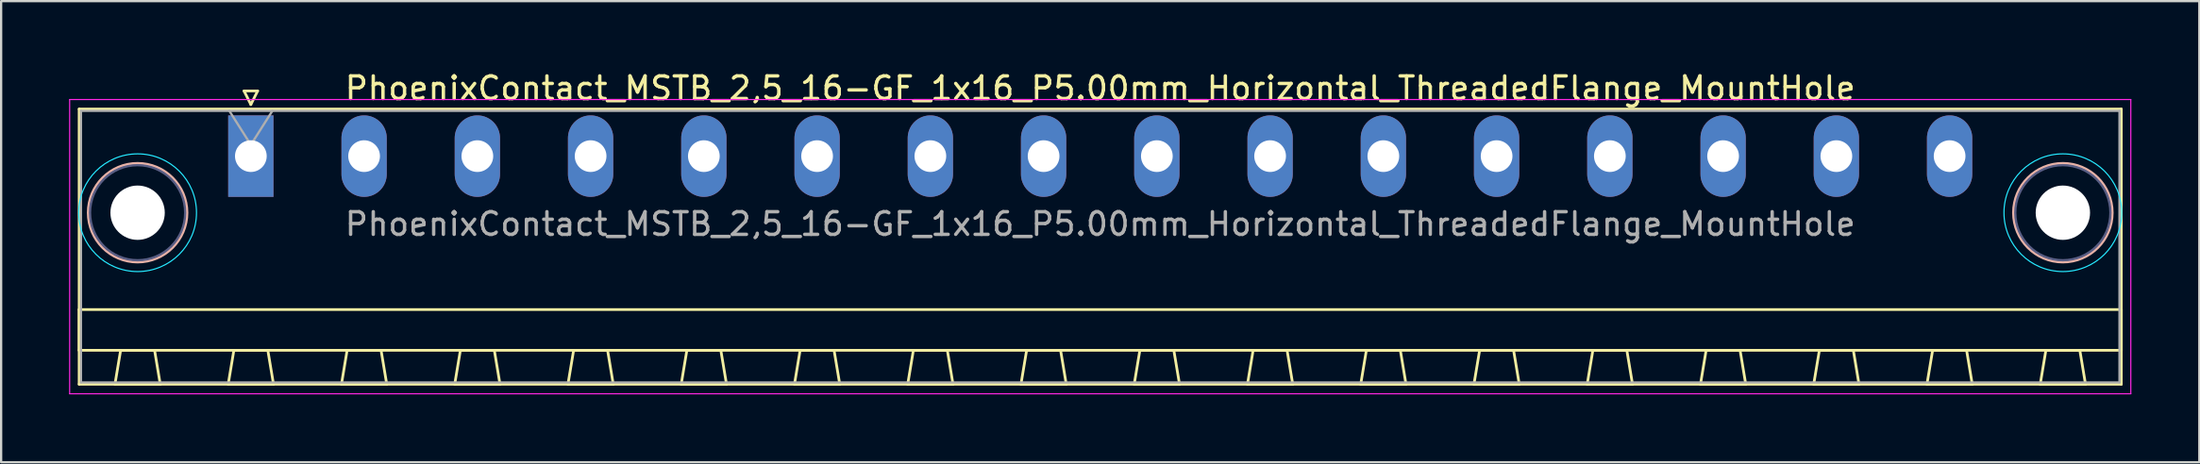
<source format=kicad_pcb>
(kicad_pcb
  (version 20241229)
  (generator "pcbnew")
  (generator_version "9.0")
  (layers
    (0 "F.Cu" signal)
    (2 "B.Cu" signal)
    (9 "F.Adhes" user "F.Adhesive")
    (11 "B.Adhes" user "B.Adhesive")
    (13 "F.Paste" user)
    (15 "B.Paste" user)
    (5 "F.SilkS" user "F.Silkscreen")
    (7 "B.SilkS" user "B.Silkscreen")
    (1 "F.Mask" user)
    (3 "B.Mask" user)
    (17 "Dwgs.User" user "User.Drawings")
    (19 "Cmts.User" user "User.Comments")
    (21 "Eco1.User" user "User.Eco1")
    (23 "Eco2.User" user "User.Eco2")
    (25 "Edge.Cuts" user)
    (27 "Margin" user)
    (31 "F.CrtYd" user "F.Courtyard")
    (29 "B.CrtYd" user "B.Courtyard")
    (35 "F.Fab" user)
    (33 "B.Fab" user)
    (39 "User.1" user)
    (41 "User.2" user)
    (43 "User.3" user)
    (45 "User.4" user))
  (footprint "PhoenixContact_MSTB_2,5_16-GF_1x16_P5.00mm_Horizontal_ThreadedFlange_MountHole"
    (layer "F.Cu")
    (at 8.025 3.848)
    (property "Reference" "PhoenixContact_MSTB_2,5_16-GF_1x16_P5.00mm_Horizontal_ThreadedFlange_MountHole" (at 37.5 -3 0) (layer "F.SilkS") (effects (font (size 1 1) (thickness 0.15))))
    (attr through_hole)
    (fp_line (start -7.58 -2.08) (end -7.58 10.08) (stroke (width 0.12) (type solid)) (layer "F.SilkS"))
    (fp_line (start -7.58 6.78) (end 82.58 6.78) (stroke (width 0.12) (type solid)) (layer "F.SilkS"))
    (fp_line (start -7.58 8.58) (end -7.58 6.78) (stroke (width 0.12) (type solid)) (layer "F.SilkS"))
    (fp_line (start -7.58 10.08) (end 82.58 10.08) (stroke (width 0.12) (type solid)) (layer "F.SilkS"))
    (fp_line (start -6 10.08) (end -4 10.08) (stroke (width 0.12) (type solid)) (layer "F.SilkS"))
    (fp_line (start -5.75 8.58) (end -6 10.08) (stroke (width 0.12) (type solid)) (layer "F.SilkS"))
    (fp_line (start -4.25 8.58) (end -5.75 8.58) (stroke (width 0.12) (type solid)) (layer "F.SilkS"))
    (fp_line (start -4 10.08) (end -4.25 8.58) (stroke (width 0.12) (type solid)) (layer "F.SilkS"))
    (fp_line (start -1 10.08) (end 1 10.08) (stroke (width 0.12) (type solid)) (layer "F.SilkS"))
    (fp_line (start -0.75 8.58) (end -1 10.08) (stroke (width 0.12) (type solid)) (layer "F.SilkS"))
    (fp_line (start -0.3 -2.88) (end 0.3 -2.88) (stroke (width 0.12) (type solid)) (layer "F.SilkS"))
    (fp_line (start 0 -2.28) (end -0.3 -2.88) (stroke (width 0.12) (type solid)) (layer "F.SilkS"))
    (fp_line (start 0.3 -2.88) (end 0 -2.28) (stroke (width 0.12) (type solid)) (layer "F.SilkS"))
    (fp_line (start 0.75 8.58) (end -0.75 8.58) (stroke (width 0.12) (type solid)) (layer "F.SilkS"))
    (fp_line (start 1 10.08) (end 0.75 8.58) (stroke (width 0.12) (type solid)) (layer "F.SilkS"))
    (fp_line (start 4 10.08) (end 6 10.08) (stroke (width 0.12) (type solid)) (layer "F.SilkS"))
    (fp_line (start 4.25 8.58) (end 4 10.08) (stroke (width 0.12) (type solid)) (layer "F.SilkS"))
    (fp_line (start 5.75 8.58) (end 4.25 8.58) (stroke (width 0.12) (type solid)) (layer "F.SilkS"))
    (fp_line (start 6 10.08) (end 5.75 8.58) (stroke (width 0.12) (type solid)) (layer "F.SilkS"))
    (fp_line (start 9 10.08) (end 11 10.08) (stroke (width 0.12) (type solid)) (layer "F.SilkS"))
    (fp_line (start 9.25 8.58) (end 9 10.08) (stroke (width 0.12) (type solid)) (layer "F.SilkS"))
    (fp_line (start 10.75 8.58) (end 9.25 8.58) (stroke (width 0.12) (type solid)) (layer "F.SilkS"))
    (fp_line (start 11 10.08) (end 10.75 8.58) (stroke (width 0.12) (type solid)) (layer "F.SilkS"))
    (fp_line (start 14 10.08) (end 16 10.08) (stroke (width 0.12) (type solid)) (layer "F.SilkS"))
    (fp_line (start 14.25 8.58) (end 14 10.08) (stroke (width 0.12) (type solid)) (layer "F.SilkS"))
    (fp_line (start 15.75 8.58) (end 14.25 8.58) (stroke (width 0.12) (type solid)) (layer "F.SilkS"))
    (fp_line (start 16 10.08) (end 15.75 8.58) (stroke (width 0.12) (type solid)) (layer "F.SilkS"))
    (fp_line (start 19 10.08) (end 21 10.08) (stroke (width 0.12) (type solid)) (layer "F.SilkS"))
    (fp_line (start 19.25 8.58) (end 19 10.08) (stroke (width 0.12) (type solid)) (layer "F.SilkS"))
    (fp_line (start 20.75 8.58) (end 19.25 8.58) (stroke (width 0.12) (type solid)) (layer "F.SilkS"))
    (fp_line (start 21 10.08) (end 20.75 8.58) (stroke (width 0.12) (type solid)) (layer "F.SilkS"))
    (fp_line (start 24 10.08) (end 26 10.08) (stroke (width 0.12) (type solid)) (layer "F.SilkS"))
    (fp_line (start 24.25 8.58) (end 24 10.08) (stroke (width 0.12) (type solid)) (layer "F.SilkS"))
    (fp_line (start 25.75 8.58) (end 24.25 8.58) (stroke (width 0.12) (type solid)) (layer "F.SilkS"))
    (fp_line (start 26 10.08) (end 25.75 8.58) (stroke (width 0.12) (type solid)) (layer "F.SilkS"))
    (fp_line (start 29 10.08) (end 31 10.08) (stroke (width 0.12) (type solid)) (layer "F.SilkS"))
    (fp_line (start 29.25 8.58) (end 29 10.08) (stroke (width 0.12) (type solid)) (layer "F.SilkS"))
    (fp_line (start 30.75 8.58) (end 29.25 8.58) (stroke (width 0.12) (type solid)) (layer "F.SilkS"))
    (fp_line (start 31 10.08) (end 30.75 8.58) (stroke (width 0.12) (type solid)) (layer "F.SilkS"))
    (fp_line (start 34 10.08) (end 36 10.08) (stroke (width 0.12) (type solid)) (layer "F.SilkS"))
    (fp_line (start 34.25 8.58) (end 34 10.08) (stroke (width 0.12) (type solid)) (layer "F.SilkS"))
    (fp_line (start 35.75 8.58) (end 34.25 8.58) (stroke (width 0.12) (type solid)) (layer "F.SilkS"))
    (fp_line (start 36 10.08) (end 35.75 8.58) (stroke (width 0.12) (type solid)) (layer "F.SilkS"))
    (fp_line (start 39 10.08) (end 41 10.08) (stroke (width 0.12) (type solid)) (layer "F.SilkS"))
    (fp_line (start 39.25 8.58) (end 39 10.08) (stroke (width 0.12) (type solid)) (layer "F.SilkS"))
    (fp_line (start 40.75 8.58) (end 39.25 8.58) (stroke (width 0.12) (type solid)) (layer "F.SilkS"))
    (fp_line (start 41 10.08) (end 40.75 8.58) (stroke (width 0.12) (type solid)) (layer "F.SilkS"))
    (fp_line (start 44 10.08) (end 46 10.08) (stroke (width 0.12) (type solid)) (layer "F.SilkS"))
    (fp_line (start 44.25 8.58) (end 44 10.08) (stroke (width 0.12) (type solid)) (layer "F.SilkS"))
    (fp_line (start 45.75 8.58) (end 44.25 8.58) (stroke (width 0.12) (type solid)) (layer "F.SilkS"))
    (fp_line (start 46 10.08) (end 45.75 8.58) (stroke (width 0.12) (type solid)) (layer "F.SilkS"))
    (fp_line (start 49 10.08) (end 51 10.08) (stroke (width 0.12) (type solid)) (layer "F.SilkS"))
    (fp_line (start 49.25 8.58) (end 49 10.08) (stroke (width 0.12) (type solid)) (layer "F.SilkS"))
    (fp_line (start 50.75 8.58) (end 49.25 8.58) (stroke (width 0.12) (type solid)) (layer "F.SilkS"))
    (fp_line (start 51 10.08) (end 50.75 8.58) (stroke (width 0.12) (type solid)) (layer "F.SilkS"))
    (fp_line (start 54 10.08) (end 56 10.08) (stroke (width 0.12) (type solid)) (layer "F.SilkS"))
    (fp_line (start 54.25 8.58) (end 54 10.08) (stroke (width 0.12) (type solid)) (layer "F.SilkS"))
    (fp_line (start 55.75 8.58) (end 54.25 8.58) (stroke (width 0.12) (type solid)) (layer "F.SilkS"))
    (fp_line (start 56 10.08) (end 55.75 8.58) (stroke (width 0.12) (type solid)) (layer "F.SilkS"))
    (fp_line (start 59 10.08) (end 61 10.08) (stroke (width 0.12) (type solid)) (layer "F.SilkS"))
    (fp_line (start 59.25 8.58) (end 59 10.08) (stroke (width 0.12) (type solid)) (layer "F.SilkS"))
    (fp_line (start 60.75 8.58) (end 59.25 8.58) (stroke (width 0.12) (type solid)) (layer "F.SilkS"))
    (fp_line (start 61 10.08) (end 60.75 8.58) (stroke (width 0.12) (type solid)) (layer "F.SilkS"))
    (fp_line (start 64 10.08) (end 66 10.08) (stroke (width 0.12) (type solid)) (layer "F.SilkS"))
    (fp_line (start 64.25 8.58) (end 64 10.08) (stroke (width 0.12) (type solid)) (layer "F.SilkS"))
    (fp_line (start 65.75 8.58) (end 64.25 8.58) (stroke (width 0.12) (type solid)) (layer "F.SilkS"))
    (fp_line (start 66 10.08) (end 65.75 8.58) (stroke (width 0.12) (type solid)) (layer "F.SilkS"))
    (fp_line (start 69 10.08) (end 71 10.08) (stroke (width 0.12) (type solid)) (layer "F.SilkS"))
    (fp_line (start 69.25 8.58) (end 69 10.08) (stroke (width 0.12) (type solid)) (layer "F.SilkS"))
    (fp_line (start 70.75 8.58) (end 69.25 8.58) (stroke (width 0.12) (type solid)) (layer "F.SilkS"))
    (fp_line (start 71 10.08) (end 70.75 8.58) (stroke (width 0.12) (type solid)) (layer "F.SilkS"))
    (fp_line (start 74 10.08) (end 76 10.08) (stroke (width 0.12) (type solid)) (layer "F.SilkS"))
    (fp_line (start 74.25 8.58) (end 74 10.08) (stroke (width 0.12) (type solid)) (layer "F.SilkS"))
    (fp_line (start 75.75 8.58) (end 74.25 8.58) (stroke (width 0.12) (type solid)) (layer "F.SilkS"))
    (fp_line (start 76 10.08) (end 75.75 8.58) (stroke (width 0.12) (type solid)) (layer "F.SilkS"))
    (fp_line (start 79 10.08) (end 81 10.08) (stroke (width 0.12) (type solid)) (layer "F.SilkS"))
    (fp_line (start 79.25 8.58) (end 79 10.08) (stroke (width 0.12) (type solid)) (layer "F.SilkS"))
    (fp_line (start 80.75 8.58) (end 79.25 8.58) (stroke (width 0.12) (type solid)) (layer "F.SilkS"))
    (fp_line (start 81 10.08) (end 80.75 8.58) (stroke (width 0.12) (type solid)) (layer "F.SilkS"))
    (fp_line (start 82.58 -2.08) (end -7.58 -2.08) (stroke (width 0.12) (type solid)) (layer "F.SilkS"))
    (fp_line (start 82.58 6.78) (end 82.58 8.58) (stroke (width 0.12) (type solid)) (layer "F.SilkS"))
    (fp_line (start 82.58 8.58) (end -7.58 8.58) (stroke (width 0.12) (type solid)) (layer "F.SilkS"))
    (fp_line (start 82.58 10.08) (end 82.58 -2.08) (stroke (width 0.12) (type solid)) (layer "F.SilkS"))
    (fp_circle (center -5 2.5) (end -2.82 2.5) (stroke (width 0.12) (type solid)) (fill no) (layer "B.SilkS"))
    (fp_circle (center 80 2.5) (end 82.18 2.5) (stroke (width 0.12) (type solid)) (fill no) (layer "B.SilkS"))
    (fp_circle (center -5 2.5) (end -2.4 2.5) (stroke (width 0.05) (type solid)) (fill no) (layer "B.CrtYd"))
    (fp_circle (center 80 2.5) (end 82.6 2.5) (stroke (width 0.05) (type solid)) (fill no) (layer "B.CrtYd"))
    (fp_line (start -8 -2.5) (end -8 10.5) (stroke (width 0.05) (type solid)) (layer "F.CrtYd"))
    (fp_line (start -8 10.5) (end 83 10.5) (stroke (width 0.05) (type solid)) (layer "F.CrtYd"))
    (fp_line (start 83 -2.5) (end -8 -2.5) (stroke (width 0.05) (type solid)) (layer "F.CrtYd"))
    (fp_line (start 83 10.5) (end 83 -2.5) (stroke (width 0.05) (type solid)) (layer "F.CrtYd"))
    (fp_circle (center -5 2.5) (end -2.9 2.5) (stroke (width 0.1) (type solid)) (fill no) (layer "B.Fab"))
    (fp_circle (center 80 2.5) (end 82.1 2.5) (stroke (width 0.1) (type solid)) (fill no) (layer "B.Fab"))
    (fp_line (start -7.5 -2) (end -7.5 10) (stroke (width 0.1) (type solid)) (layer "F.Fab"))
    (fp_line (start -7.5 10) (end 82.5 10) (stroke (width 0.1) (type solid)) (layer "F.Fab"))
    (fp_line (start 0 -0.5) (end -0.95 -2) (stroke (width 0.1) (type solid)) (layer "F.Fab"))
    (fp_line (start 0.95 -2) (end 0 -0.5) (stroke (width 0.1) (type solid)) (layer "F.Fab"))
    (fp_line (start 82.5 -2) (end -7.5 -2) (stroke (width 0.1) (type solid)) (layer "F.Fab"))
    (fp_line (start 82.5 10) (end 82.5 -2) (stroke (width 0.1) (type solid)) (layer "F.Fab"))
    (fp_text user "${REFERENCE}" (at 37.5 3 0) (layer "F.Fab") (effects (font (size 1 1) (thickness 0.15))))
    (pad "" np_thru_hole circle (at -5 2.5) (size 2.4 2.4) (drill 2.4) (layers "*.Cu" "*.Mask"))
    (pad "" np_thru_hole circle (at 80 2.5) (size 2.4 2.4) (drill 2.4) (layers "*.Cu" "*.Mask"))
    (pad "1" thru_hole rect (at 0 0) (size 2 3.6) (drill 1.4) (layers "*.Cu" "*.Mask"))
    (pad "2" thru_hole oval (at 5 0) (size 2 3.6) (drill 1.4) (layers "*.Cu" "*.Mask"))
    (pad "3" thru_hole oval (at 10 0) (size 2 3.6) (drill 1.4) (layers "*.Cu" "*.Mask"))
    (pad "4" thru_hole oval (at 15 0) (size 2 3.6) (drill 1.4) (layers "*.Cu" "*.Mask"))
    (pad "5" thru_hole oval (at 20 0) (size 2 3.6) (drill 1.4) (layers "*.Cu" "*.Mask"))
    (pad "6" thru_hole oval (at 25 0) (size 2 3.6) (drill 1.4) (layers "*.Cu" "*.Mask"))
    (pad "7" thru_hole oval (at 30 0) (size 2 3.6) (drill 1.4) (layers "*.Cu" "*.Mask"))
    (pad "8" thru_hole oval (at 35 0) (size 2 3.6) (drill 1.4) (layers "*.Cu" "*.Mask"))
    (pad "9" thru_hole oval (at 40 0) (size 2 3.6) (drill 1.4) (layers "*.Cu" "*.Mask"))
    (pad "10" thru_hole oval (at 45 0) (size 2 3.6) (drill 1.4) (layers "*.Cu" "*.Mask"))
    (pad "11" thru_hole oval (at 50 0) (size 2 3.6) (drill 1.4) (layers "*.Cu" "*.Mask"))
    (pad "12" thru_hole oval (at 55 0) (size 2 3.6) (drill 1.4) (layers "*.Cu" "*.Mask"))
    (pad "13" thru_hole oval (at 60 0) (size 2 3.6) (drill 1.4) (layers "*.Cu" "*.Mask"))
    (pad "14" thru_hole oval (at 65 0) (size 2 3.6) (drill 1.4) (layers "*.Cu" "*.Mask"))
    (pad "15" thru_hole oval (at 70 0) (size 2 3.6) (drill 1.4) (layers "*.Cu" "*.Mask"))
    (pad "16" thru_hole oval (at 75 0) (size 2 3.6) (drill 1.4) (layers "*.Cu" "*.Mask")))
  (gr_rect
    (start -3 -3)
    (end 94.05 17.373)
    (stroke (width 0.1) (type default))
    (fill no)
    (layer "Edge.Cuts")))
</source>
